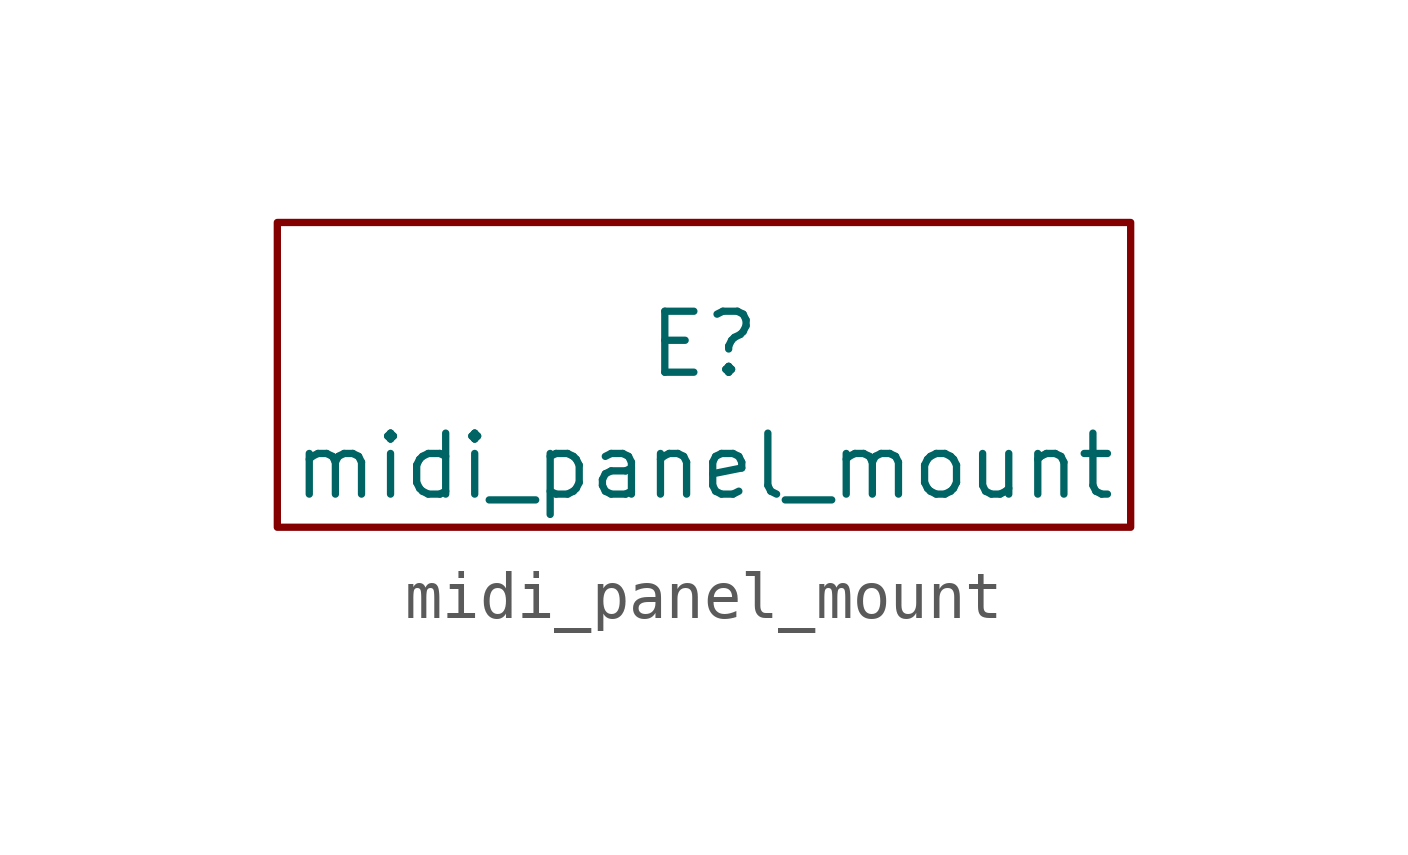
<source format=kicad_sym>
(kicad_symbol_lib
  (version 20211014)
  (generator kicad_symbol_editor)
  (symbol "midi_panel_mount"
    (property "Reference" "E"
      (at 0 0 0)
      (effects (font (size 1.27 1.27))))
    (property "Value" "midi_panel_mount"
      (at 0 -2.54 0)
      (effects (font (size 1.27 1.27))))
    (symbol "midi_panel_mount_0_1"
      (rectangle (start -8.89 2.54) (end 8.89 -3.81) (stroke (width 0) (type default) (color 0 0 0 0)) (fill (type none))))))
</source>
